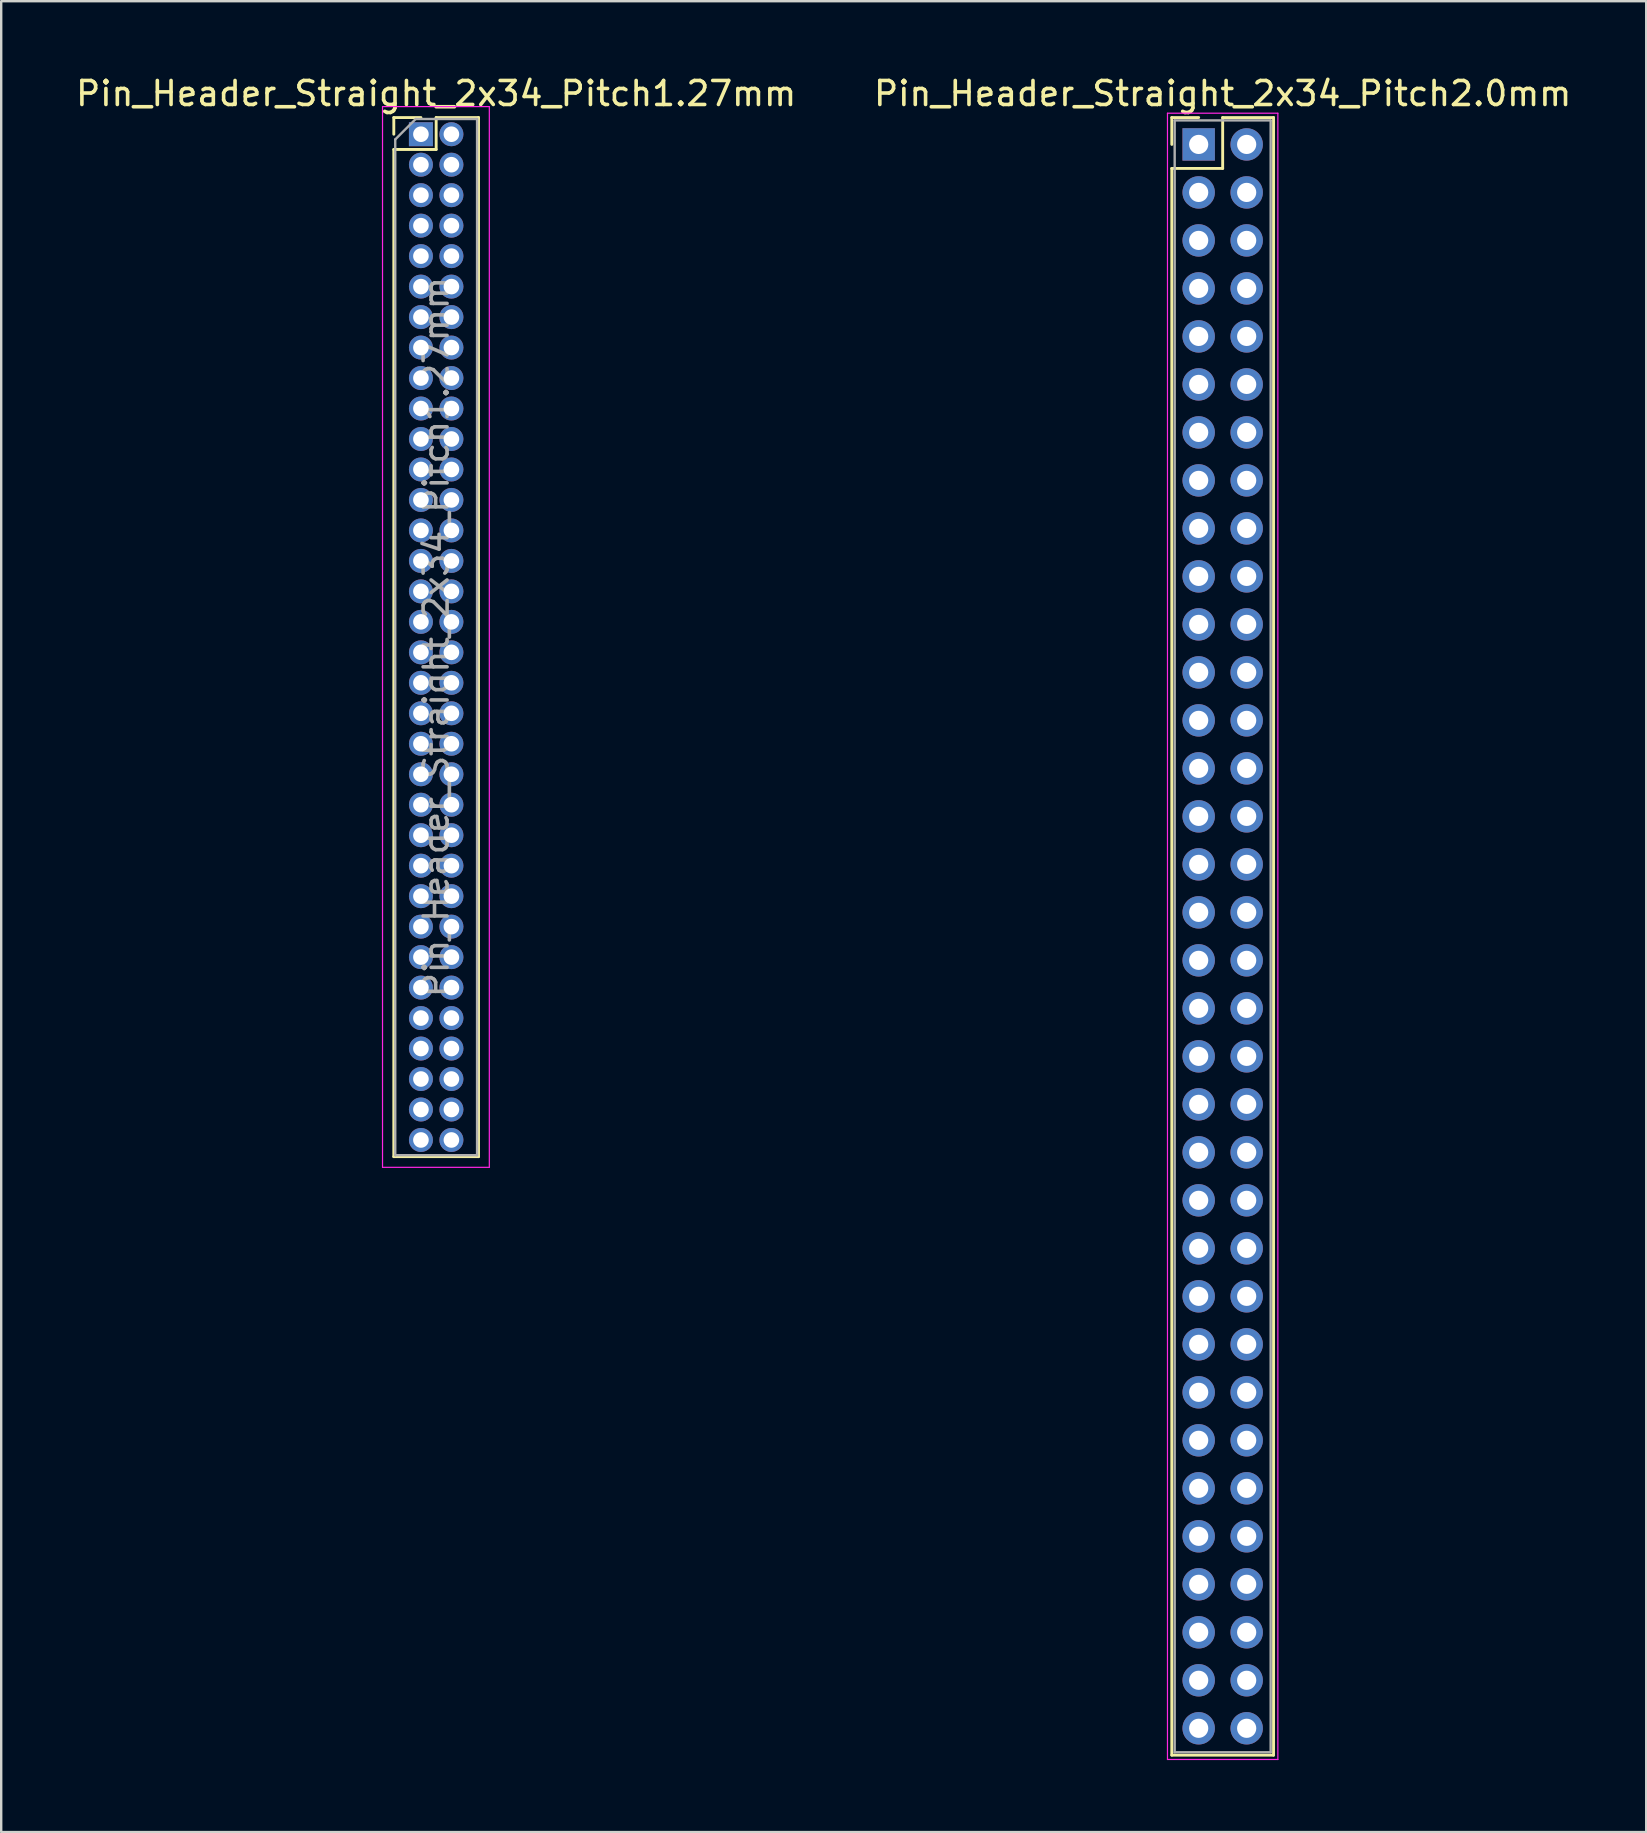
<source format=kicad_pcb>
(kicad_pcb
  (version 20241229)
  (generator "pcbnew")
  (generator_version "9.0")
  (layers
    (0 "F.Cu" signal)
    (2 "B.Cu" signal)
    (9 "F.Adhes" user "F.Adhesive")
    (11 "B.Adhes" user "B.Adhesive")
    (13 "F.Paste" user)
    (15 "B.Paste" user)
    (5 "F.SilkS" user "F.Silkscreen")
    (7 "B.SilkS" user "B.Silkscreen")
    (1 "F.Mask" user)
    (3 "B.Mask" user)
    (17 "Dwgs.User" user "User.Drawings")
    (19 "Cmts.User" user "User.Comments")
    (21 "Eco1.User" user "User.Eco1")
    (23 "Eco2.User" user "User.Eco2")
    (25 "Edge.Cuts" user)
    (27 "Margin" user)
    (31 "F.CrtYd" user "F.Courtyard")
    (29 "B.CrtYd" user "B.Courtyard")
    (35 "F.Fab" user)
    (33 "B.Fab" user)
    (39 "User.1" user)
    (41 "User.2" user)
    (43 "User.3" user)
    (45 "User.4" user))
  (footprint "Pin_Header_Straight_2x34_Pitch2.0mm"
    (layer "F.Cu")
    (at 46.899 2.968)
    (property "Reference" "Pin_Header_Straight_2x34_Pitch2.0mm" (at 1 -2.12 0) (layer "F.SilkS") (effects (font (size 1 1) (thickness 0.15))))
    (attr through_hole)
    (fp_line (start -1.12 -1.12) (end 0 -1.12) (stroke (width 0.12) (type solid)) (layer "F.SilkS"))
    (fp_line (start -1.12 0) (end -1.12 -1.12) (stroke (width 0.12) (type solid)) (layer "F.SilkS"))
    (fp_line (start -1.12 1) (end -1.12 67.12) (stroke (width 0.12) (type solid)) (layer "F.SilkS"))
    (fp_line (start -1.12 67.12) (end 3.12 67.12) (stroke (width 0.12) (type solid)) (layer "F.SilkS"))
    (fp_line (start 1 -1.12) (end 1 1) (stroke (width 0.12) (type solid)) (layer "F.SilkS"))
    (fp_line (start 1 1) (end -1.12 1) (stroke (width 0.12) (type solid)) (layer "F.SilkS"))
    (fp_line (start 3.12 -1.12) (end 1 -1.12) (stroke (width 0.12) (type solid)) (layer "F.SilkS"))
    (fp_line (start 3.12 67.12) (end 3.12 -1.12) (stroke (width 0.12) (type solid)) (layer "F.SilkS"))
    (fp_line (start -1.3 -1.3) (end -1.3 67.3) (stroke (width 0.05) (type solid)) (layer "F.CrtYd"))
    (fp_line (start -1.3 67.3) (end 3.3 67.3) (stroke (width 0.05) (type solid)) (layer "F.CrtYd"))
    (fp_line (start 3.3 -1.3) (end -1.3 -1.3) (stroke (width 0.05) (type solid)) (layer "F.CrtYd"))
    (fp_line (start 3.3 67.3) (end 3.3 -1.3) (stroke (width 0.05) (type solid)) (layer "F.CrtYd"))
    (fp_line (start -1 -1) (end -1 67) (stroke (width 0.1) (type solid)) (layer "F.Fab"))
    (fp_line (start -1 67) (end 3 67) (stroke (width 0.1) (type solid)) (layer "F.Fab"))
    (fp_line (start 3 -1) (end -1 -1) (stroke (width 0.1) (type solid)) (layer "F.Fab"))
    (fp_line (start 3 67) (end 3 -1) (stroke (width 0.1) (type solid)) (layer "F.Fab"))
    (pad "1" thru_hole rect (at 0 0) (size 1.35 1.35) (drill 0.8) (layers "*.Cu" "*.Mask"))
    (pad "2" thru_hole oval (at 2 0) (size 1.35 1.35) (drill 0.8) (layers "*.Cu" "*.Mask"))
    (pad "3" thru_hole oval (at 0 2) (size 1.35 1.35) (drill 0.8) (layers "*.Cu" "*.Mask"))
    (pad "4" thru_hole oval (at 2 2) (size 1.35 1.35) (drill 0.8) (layers "*.Cu" "*.Mask"))
    (pad "5" thru_hole oval (at 0 4) (size 1.35 1.35) (drill 0.8) (layers "*.Cu" "*.Mask"))
    (pad "6" thru_hole oval (at 2 4) (size 1.35 1.35) (drill 0.8) (layers "*.Cu" "*.Mask"))
    (pad "7" thru_hole oval (at 0 6) (size 1.35 1.35) (drill 0.8) (layers "*.Cu" "*.Mask"))
    (pad "8" thru_hole oval (at 2 6) (size 1.35 1.35) (drill 0.8) (layers "*.Cu" "*.Mask"))
    (pad "9" thru_hole oval (at 0 8) (size 1.35 1.35) (drill 0.8) (layers "*.Cu" "*.Mask"))
    (pad "10" thru_hole oval (at 2 8) (size 1.35 1.35) (drill 0.8) (layers "*.Cu" "*.Mask"))
    (pad "11" thru_hole oval (at 0 10) (size 1.35 1.35) (drill 0.8) (layers "*.Cu" "*.Mask"))
    (pad "12" thru_hole oval (at 2 10) (size 1.35 1.35) (drill 0.8) (layers "*.Cu" "*.Mask"))
    (pad "13" thru_hole oval (at 0 12) (size 1.35 1.35) (drill 0.8) (layers "*.Cu" "*.Mask"))
    (pad "14" thru_hole oval (at 2 12) (size 1.35 1.35) (drill 0.8) (layers "*.Cu" "*.Mask"))
    (pad "15" thru_hole oval (at 0 14) (size 1.35 1.35) (drill 0.8) (layers "*.Cu" "*.Mask"))
    (pad "16" thru_hole oval (at 2 14) (size 1.35 1.35) (drill 0.8) (layers "*.Cu" "*.Mask"))
    (pad "17" thru_hole oval (at 0 16) (size 1.35 1.35) (drill 0.8) (layers "*.Cu" "*.Mask"))
    (pad "18" thru_hole oval (at 2 16) (size 1.35 1.35) (drill 0.8) (layers "*.Cu" "*.Mask"))
    (pad "19" thru_hole oval (at 0 18) (size 1.35 1.35) (drill 0.8) (layers "*.Cu" "*.Mask"))
    (pad "20" thru_hole oval (at 2 18) (size 1.35 1.35) (drill 0.8) (layers "*.Cu" "*.Mask"))
    (pad "21" thru_hole oval (at 0 20) (size 1.35 1.35) (drill 0.8) (layers "*.Cu" "*.Mask"))
    (pad "22" thru_hole oval (at 2 20) (size 1.35 1.35) (drill 0.8) (layers "*.Cu" "*.Mask"))
    (pad "23" thru_hole oval (at 0 22) (size 1.35 1.35) (drill 0.8) (layers "*.Cu" "*.Mask"))
    (pad "24" thru_hole oval (at 2 22) (size 1.35 1.35) (drill 0.8) (layers "*.Cu" "*.Mask"))
    (pad "25" thru_hole oval (at 0 24) (size 1.35 1.35) (drill 0.8) (layers "*.Cu" "*.Mask"))
    (pad "26" thru_hole oval (at 2 24) (size 1.35 1.35) (drill 0.8) (layers "*.Cu" "*.Mask"))
    (pad "27" thru_hole oval (at 0 26) (size 1.35 1.35) (drill 0.8) (layers "*.Cu" "*.Mask"))
    (pad "28" thru_hole oval (at 2 26) (size 1.35 1.35) (drill 0.8) (layers "*.Cu" "*.Mask"))
    (pad "29" thru_hole oval (at 0 28) (size 1.35 1.35) (drill 0.8) (layers "*.Cu" "*.Mask"))
    (pad "30" thru_hole oval (at 2 28) (size 1.35 1.35) (drill 0.8) (layers "*.Cu" "*.Mask"))
    (pad "31" thru_hole oval (at 0 30) (size 1.35 1.35) (drill 0.8) (layers "*.Cu" "*.Mask"))
    (pad "32" thru_hole oval (at 2 30) (size 1.35 1.35) (drill 0.8) (layers "*.Cu" "*.Mask"))
    (pad "33" thru_hole oval (at 0 32) (size 1.35 1.35) (drill 0.8) (layers "*.Cu" "*.Mask"))
    (pad "34" thru_hole oval (at 2 32) (size 1.35 1.35) (drill 0.8) (layers "*.Cu" "*.Mask"))
    (pad "35" thru_hole oval (at 0 34) (size 1.35 1.35) (drill 0.8) (layers "*.Cu" "*.Mask"))
    (pad "36" thru_hole oval (at 2 34) (size 1.35 1.35) (drill 0.8) (layers "*.Cu" "*.Mask"))
    (pad "37" thru_hole oval (at 0 36) (size 1.35 1.35) (drill 0.8) (layers "*.Cu" "*.Mask"))
    (pad "38" thru_hole oval (at 2 36) (size 1.35 1.35) (drill 0.8) (layers "*.Cu" "*.Mask"))
    (pad "39" thru_hole oval (at 0 38) (size 1.35 1.35) (drill 0.8) (layers "*.Cu" "*.Mask"))
    (pad "40" thru_hole oval (at 2 38) (size 1.35 1.35) (drill 0.8) (layers "*.Cu" "*.Mask"))
    (pad "41" thru_hole oval (at 0 40) (size 1.35 1.35) (drill 0.8) (layers "*.Cu" "*.Mask"))
    (pad "42" thru_hole oval (at 2 40) (size 1.35 1.35) (drill 0.8) (layers "*.Cu" "*.Mask"))
    (pad "43" thru_hole oval (at 0 42) (size 1.35 1.35) (drill 0.8) (layers "*.Cu" "*.Mask"))
    (pad "44" thru_hole oval (at 2 42) (size 1.35 1.35) (drill 0.8) (layers "*.Cu" "*.Mask"))
    (pad "45" thru_hole oval (at 0 44) (size 1.35 1.35) (drill 0.8) (layers "*.Cu" "*.Mask"))
    (pad "46" thru_hole oval (at 2 44) (size 1.35 1.35) (drill 0.8) (layers "*.Cu" "*.Mask"))
    (pad "47" thru_hole oval (at 0 46) (size 1.35 1.35) (drill 0.8) (layers "*.Cu" "*.Mask"))
    (pad "48" thru_hole oval (at 2 46) (size 1.35 1.35) (drill 0.8) (layers "*.Cu" "*.Mask"))
    (pad "49" thru_hole oval (at 0 48) (size 1.35 1.35) (drill 0.8) (layers "*.Cu" "*.Mask"))
    (pad "50" thru_hole oval (at 2 48) (size 1.35 1.35) (drill 0.8) (layers "*.Cu" "*.Mask"))
    (pad "51" thru_hole oval (at 0 50) (size 1.35 1.35) (drill 0.8) (layers "*.Cu" "*.Mask"))
    (pad "52" thru_hole oval (at 2 50) (size 1.35 1.35) (drill 0.8) (layers "*.Cu" "*.Mask"))
    (pad "53" thru_hole oval (at 0 52) (size 1.35 1.35) (drill 0.8) (layers "*.Cu" "*.Mask"))
    (pad "54" thru_hole oval (at 2 52) (size 1.35 1.35) (drill 0.8) (layers "*.Cu" "*.Mask"))
    (pad "55" thru_hole oval (at 0 54) (size 1.35 1.35) (drill 0.8) (layers "*.Cu" "*.Mask"))
    (pad "56" thru_hole oval (at 2 54) (size 1.35 1.35) (drill 0.8) (layers "*.Cu" "*.Mask"))
    (pad "57" thru_hole oval (at 0 56) (size 1.35 1.35) (drill 0.8) (layers "*.Cu" "*.Mask"))
    (pad "58" thru_hole oval (at 2 56) (size 1.35 1.35) (drill 0.8) (layers "*.Cu" "*.Mask"))
    (pad "59" thru_hole oval (at 0 58) (size 1.35 1.35) (drill 0.8) (layers "*.Cu" "*.Mask"))
    (pad "60" thru_hole oval (at 2 58) (size 1.35 1.35) (drill 0.8) (layers "*.Cu" "*.Mask"))
    (pad "61" thru_hole oval (at 0 60) (size 1.35 1.35) (drill 0.8) (layers "*.Cu" "*.Mask"))
    (pad "62" thru_hole oval (at 2 60) (size 1.35 1.35) (drill 0.8) (layers "*.Cu" "*.Mask"))
    (pad "63" thru_hole oval (at 0 62) (size 1.35 1.35) (drill 0.8) (layers "*.Cu" "*.Mask"))
    (pad "64" thru_hole oval (at 2 62) (size 1.35 1.35) (drill 0.8) (layers "*.Cu" "*.Mask"))
    (pad "65" thru_hole oval (at 0 64) (size 1.35 1.35) (drill 0.8) (layers "*.Cu" "*.Mask"))
    (pad "66" thru_hole oval (at 2 64) (size 1.35 1.35) (drill 0.8) (layers "*.Cu" "*.Mask"))
    (pad "67" thru_hole oval (at 0 66) (size 1.35 1.35) (drill 0.8) (layers "*.Cu" "*.Mask"))
    (pad "68" thru_hole oval (at 2 66) (size 1.35 1.35) (drill 0.8) (layers "*.Cu" "*.Mask")))
  (footprint "Pin_Header_Straight_2x34_Pitch1.27mm"
    (layer "F.Cu")
    (at 14.49 2.543)
    (property "Reference" "Pin_Header_Straight_2x34_Pitch1.27mm" (at 0.635 -1.695 0) (layer "F.SilkS") (effects (font (size 1 1) (thickness 0.15))))
    (attr through_hole)
    (fp_line (start -1.13 -0.695) (end 0 -0.695) (stroke (width 0.12) (type solid)) (layer "F.SilkS"))
    (fp_line (start -1.13 0) (end -1.13 -0.695) (stroke (width 0.12) (type solid)) (layer "F.SilkS"))
    (fp_line (start -1.13 0.635) (end -1.13 42.605) (stroke (width 0.12) (type solid)) (layer "F.SilkS"))
    (fp_line (start -1.13 42.605) (end 2.4 42.605) (stroke (width 0.12) (type solid)) (layer "F.SilkS"))
    (fp_line (start 0.635 -0.695) (end 0.635 0.635) (stroke (width 0.12) (type solid)) (layer "F.SilkS"))
    (fp_line (start 0.635 0.635) (end -1.13 0.635) (stroke (width 0.12) (type solid)) (layer "F.SilkS"))
    (fp_line (start 2.4 -0.695) (end 0.635 -0.695) (stroke (width 0.12) (type solid)) (layer "F.SilkS"))
    (fp_line (start 2.4 42.605) (end 2.4 -0.695) (stroke (width 0.12) (type solid)) (layer "F.SilkS"))
    (fp_line (start -1.6 -1.15) (end -1.6 43.05) (stroke (width 0.05) (type solid)) (layer "F.CrtYd"))
    (fp_line (start -1.6 43.05) (end 2.85 43.05) (stroke (width 0.05) (type solid)) (layer "F.CrtYd"))
    (fp_line (start 2.85 -1.15) (end -1.6 -1.15) (stroke (width 0.05) (type solid)) (layer "F.CrtYd"))
    (fp_line (start 2.85 43.05) (end 2.85 -1.15) (stroke (width 0.05) (type solid)) (layer "F.CrtYd"))
    (fp_line (start -1.07 0.217) (end -0.217 -0.635) (stroke (width 0.1) (type solid)) (layer "F.Fab"))
    (fp_line (start -1.07 42.545) (end -1.07 0.217) (stroke (width 0.1) (type solid)) (layer "F.Fab"))
    (fp_line (start -0.217 -0.635) (end 2.34 -0.635) (stroke (width 0.1) (type solid)) (layer "F.Fab"))
    (fp_line (start 2.34 -0.635) (end 2.34 42.545) (stroke (width 0.1) (type solid)) (layer "F.Fab"))
    (fp_line (start 2.34 42.545) (end -1.07 42.545) (stroke (width 0.1) (type solid)) (layer "F.Fab"))
    (fp_text user "${REFERENCE}" (at 0.635 20.955 90) (layer "F.Fab") (effects (font (size 1 1) (thickness 0.15))))
    (pad "1" thru_hole rect (at 0 0) (size 1 1) (drill 0.65) (layers "*.Cu" "*.Mask"))
    (pad "2" thru_hole oval (at 1.27 0) (size 1 1) (drill 0.65) (layers "*.Cu" "*.Mask"))
    (pad "3" thru_hole oval (at 0 1.27) (size 1 1) (drill 0.65) (layers "*.Cu" "*.Mask"))
    (pad "4" thru_hole oval (at 1.27 1.27) (size 1 1) (drill 0.65) (layers "*.Cu" "*.Mask"))
    (pad "5" thru_hole oval (at 0 2.54) (size 1 1) (drill 0.65) (layers "*.Cu" "*.Mask"))
    (pad "6" thru_hole oval (at 1.27 2.54) (size 1 1) (drill 0.65) (layers "*.Cu" "*.Mask"))
    (pad "7" thru_hole oval (at 0 3.81) (size 1 1) (drill 0.65) (layers "*.Cu" "*.Mask"))
    (pad "8" thru_hole oval (at 1.27 3.81) (size 1 1) (drill 0.65) (layers "*.Cu" "*.Mask"))
    (pad "9" thru_hole oval (at 0 5.08) (size 1 1) (drill 0.65) (layers "*.Cu" "*.Mask"))
    (pad "10" thru_hole oval (at 1.27 5.08) (size 1 1) (drill 0.65) (layers "*.Cu" "*.Mask"))
    (pad "11" thru_hole oval (at 0 6.35) (size 1 1) (drill 0.65) (layers "*.Cu" "*.Mask"))
    (pad "12" thru_hole oval (at 1.27 6.35) (size 1 1) (drill 0.65) (layers "*.Cu" "*.Mask"))
    (pad "13" thru_hole oval (at 0 7.62) (size 1 1) (drill 0.65) (layers "*.Cu" "*.Mask"))
    (pad "14" thru_hole oval (at 1.27 7.62) (size 1 1) (drill 0.65) (layers "*.Cu" "*.Mask"))
    (pad "15" thru_hole oval (at 0 8.89) (size 1 1) (drill 0.65) (layers "*.Cu" "*.Mask"))
    (pad "16" thru_hole oval (at 1.27 8.89) (size 1 1) (drill 0.65) (layers "*.Cu" "*.Mask"))
    (pad "17" thru_hole oval (at 0 10.16) (size 1 1) (drill 0.65) (layers "*.Cu" "*.Mask"))
    (pad "18" thru_hole oval (at 1.27 10.16) (size 1 1) (drill 0.65) (layers "*.Cu" "*.Mask"))
    (pad "19" thru_hole oval (at 0 11.43) (size 1 1) (drill 0.65) (layers "*.Cu" "*.Mask"))
    (pad "20" thru_hole oval (at 1.27 11.43) (size 1 1) (drill 0.65) (layers "*.Cu" "*.Mask"))
    (pad "21" thru_hole oval (at 0 12.7) (size 1 1) (drill 0.65) (layers "*.Cu" "*.Mask"))
    (pad "22" thru_hole oval (at 1.27 12.7) (size 1 1) (drill 0.65) (layers "*.Cu" "*.Mask"))
    (pad "23" thru_hole oval (at 0 13.97) (size 1 1) (drill 0.65) (layers "*.Cu" "*.Mask"))
    (pad "24" thru_hole oval (at 1.27 13.97) (size 1 1) (drill 0.65) (layers "*.Cu" "*.Mask"))
    (pad "25" thru_hole oval (at 0 15.24) (size 1 1) (drill 0.65) (layers "*.Cu" "*.Mask"))
    (pad "26" thru_hole oval (at 1.27 15.24) (size 1 1) (drill 0.65) (layers "*.Cu" "*.Mask"))
    (pad "27" thru_hole oval (at 0 16.51) (size 1 1) (drill 0.65) (layers "*.Cu" "*.Mask"))
    (pad "28" thru_hole oval (at 1.27 16.51) (size 1 1) (drill 0.65) (layers "*.Cu" "*.Mask"))
    (pad "29" thru_hole oval (at 0 17.78) (size 1 1) (drill 0.65) (layers "*.Cu" "*.Mask"))
    (pad "30" thru_hole oval (at 1.27 17.78) (size 1 1) (drill 0.65) (layers "*.Cu" "*.Mask"))
    (pad "31" thru_hole oval (at 0 19.05) (size 1 1) (drill 0.65) (layers "*.Cu" "*.Mask"))
    (pad "32" thru_hole oval (at 1.27 19.05) (size 1 1) (drill 0.65) (layers "*.Cu" "*.Mask"))
    (pad "33" thru_hole oval (at 0 20.32) (size 1 1) (drill 0.65) (layers "*.Cu" "*.Mask"))
    (pad "34" thru_hole oval (at 1.27 20.32) (size 1 1) (drill 0.65) (layers "*.Cu" "*.Mask"))
    (pad "35" thru_hole oval (at 0 21.59) (size 1 1) (drill 0.65) (layers "*.Cu" "*.Mask"))
    (pad "36" thru_hole oval (at 1.27 21.59) (size 1 1) (drill 0.65) (layers "*.Cu" "*.Mask"))
    (pad "37" thru_hole oval (at 0 22.86) (size 1 1) (drill 0.65) (layers "*.Cu" "*.Mask"))
    (pad "38" thru_hole oval (at 1.27 22.86) (size 1 1) (drill 0.65) (layers "*.Cu" "*.Mask"))
    (pad "39" thru_hole oval (at 0 24.13) (size 1 1) (drill 0.65) (layers "*.Cu" "*.Mask"))
    (pad "40" thru_hole oval (at 1.27 24.13) (size 1 1) (drill 0.65) (layers "*.Cu" "*.Mask"))
    (pad "41" thru_hole oval (at 0 25.4) (size 1 1) (drill 0.65) (layers "*.Cu" "*.Mask"))
    (pad "42" thru_hole oval (at 1.27 25.4) (size 1 1) (drill 0.65) (layers "*.Cu" "*.Mask"))
    (pad "43" thru_hole oval (at 0 26.67) (size 1 1) (drill 0.65) (layers "*.Cu" "*.Mask"))
    (pad "44" thru_hole oval (at 1.27 26.67) (size 1 1) (drill 0.65) (layers "*.Cu" "*.Mask"))
    (pad "45" thru_hole oval (at 0 27.94) (size 1 1) (drill 0.65) (layers "*.Cu" "*.Mask"))
    (pad "46" thru_hole oval (at 1.27 27.94) (size 1 1) (drill 0.65) (layers "*.Cu" "*.Mask"))
    (pad "47" thru_hole oval (at 0 29.21) (size 1 1) (drill 0.65) (layers "*.Cu" "*.Mask"))
    (pad "48" thru_hole oval (at 1.27 29.21) (size 1 1) (drill 0.65) (layers "*.Cu" "*.Mask"))
    (pad "49" thru_hole oval (at 0 30.48) (size 1 1) (drill 0.65) (layers "*.Cu" "*.Mask"))
    (pad "50" thru_hole oval (at 1.27 30.48) (size 1 1) (drill 0.65) (layers "*.Cu" "*.Mask"))
    (pad "51" thru_hole oval (at 0 31.75) (size 1 1) (drill 0.65) (layers "*.Cu" "*.Mask"))
    (pad "52" thru_hole oval (at 1.27 31.75) (size 1 1) (drill 0.65) (layers "*.Cu" "*.Mask"))
    (pad "53" thru_hole oval (at 0 33.02) (size 1 1) (drill 0.65) (layers "*.Cu" "*.Mask"))
    (pad "54" thru_hole oval (at 1.27 33.02) (size 1 1) (drill 0.65) (layers "*.Cu" "*.Mask"))
    (pad "55" thru_hole oval (at 0 34.29) (size 1 1) (drill 0.65) (layers "*.Cu" "*.Mask"))
    (pad "56" thru_hole oval (at 1.27 34.29) (size 1 1) (drill 0.65) (layers "*.Cu" "*.Mask"))
    (pad "57" thru_hole oval (at 0 35.56) (size 1 1) (drill 0.65) (layers "*.Cu" "*.Mask"))
    (pad "58" thru_hole oval (at 1.27 35.56) (size 1 1) (drill 0.65) (layers "*.Cu" "*.Mask"))
    (pad "59" thru_hole oval (at 0 36.83) (size 1 1) (drill 0.65) (layers "*.Cu" "*.Mask"))
    (pad "60" thru_hole oval (at 1.27 36.83) (size 1 1) (drill 0.65) (layers "*.Cu" "*.Mask"))
    (pad "61" thru_hole oval (at 0 38.1) (size 1 1) (drill 0.65) (layers "*.Cu" "*.Mask"))
    (pad "62" thru_hole oval (at 1.27 38.1) (size 1 1) (drill 0.65) (layers "*.Cu" "*.Mask"))
    (pad "63" thru_hole oval (at 0 39.37) (size 1 1) (drill 0.65) (layers "*.Cu" "*.Mask"))
    (pad "64" thru_hole oval (at 1.27 39.37) (size 1 1) (drill 0.65) (layers "*.Cu" "*.Mask"))
    (pad "65" thru_hole oval (at 0 40.64) (size 1 1) (drill 0.65) (layers "*.Cu" "*.Mask"))
    (pad "66" thru_hole oval (at 1.27 40.64) (size 1 1) (drill 0.65) (layers "*.Cu" "*.Mask"))
    (pad "67" thru_hole oval (at 0 41.91) (size 1 1) (drill 0.65) (layers "*.Cu" "*.Mask"))
    (pad "68" thru_hole oval (at 1.27 41.91) (size 1 1) (drill 0.65) (layers "*.Cu" "*.Mask")))
  (gr_rect
    (start -3 -3)
    (end 65.548 73.293)
    (stroke (width 0.1) (type default))
    (fill no)
    (layer "Edge.Cuts")))
</source>
